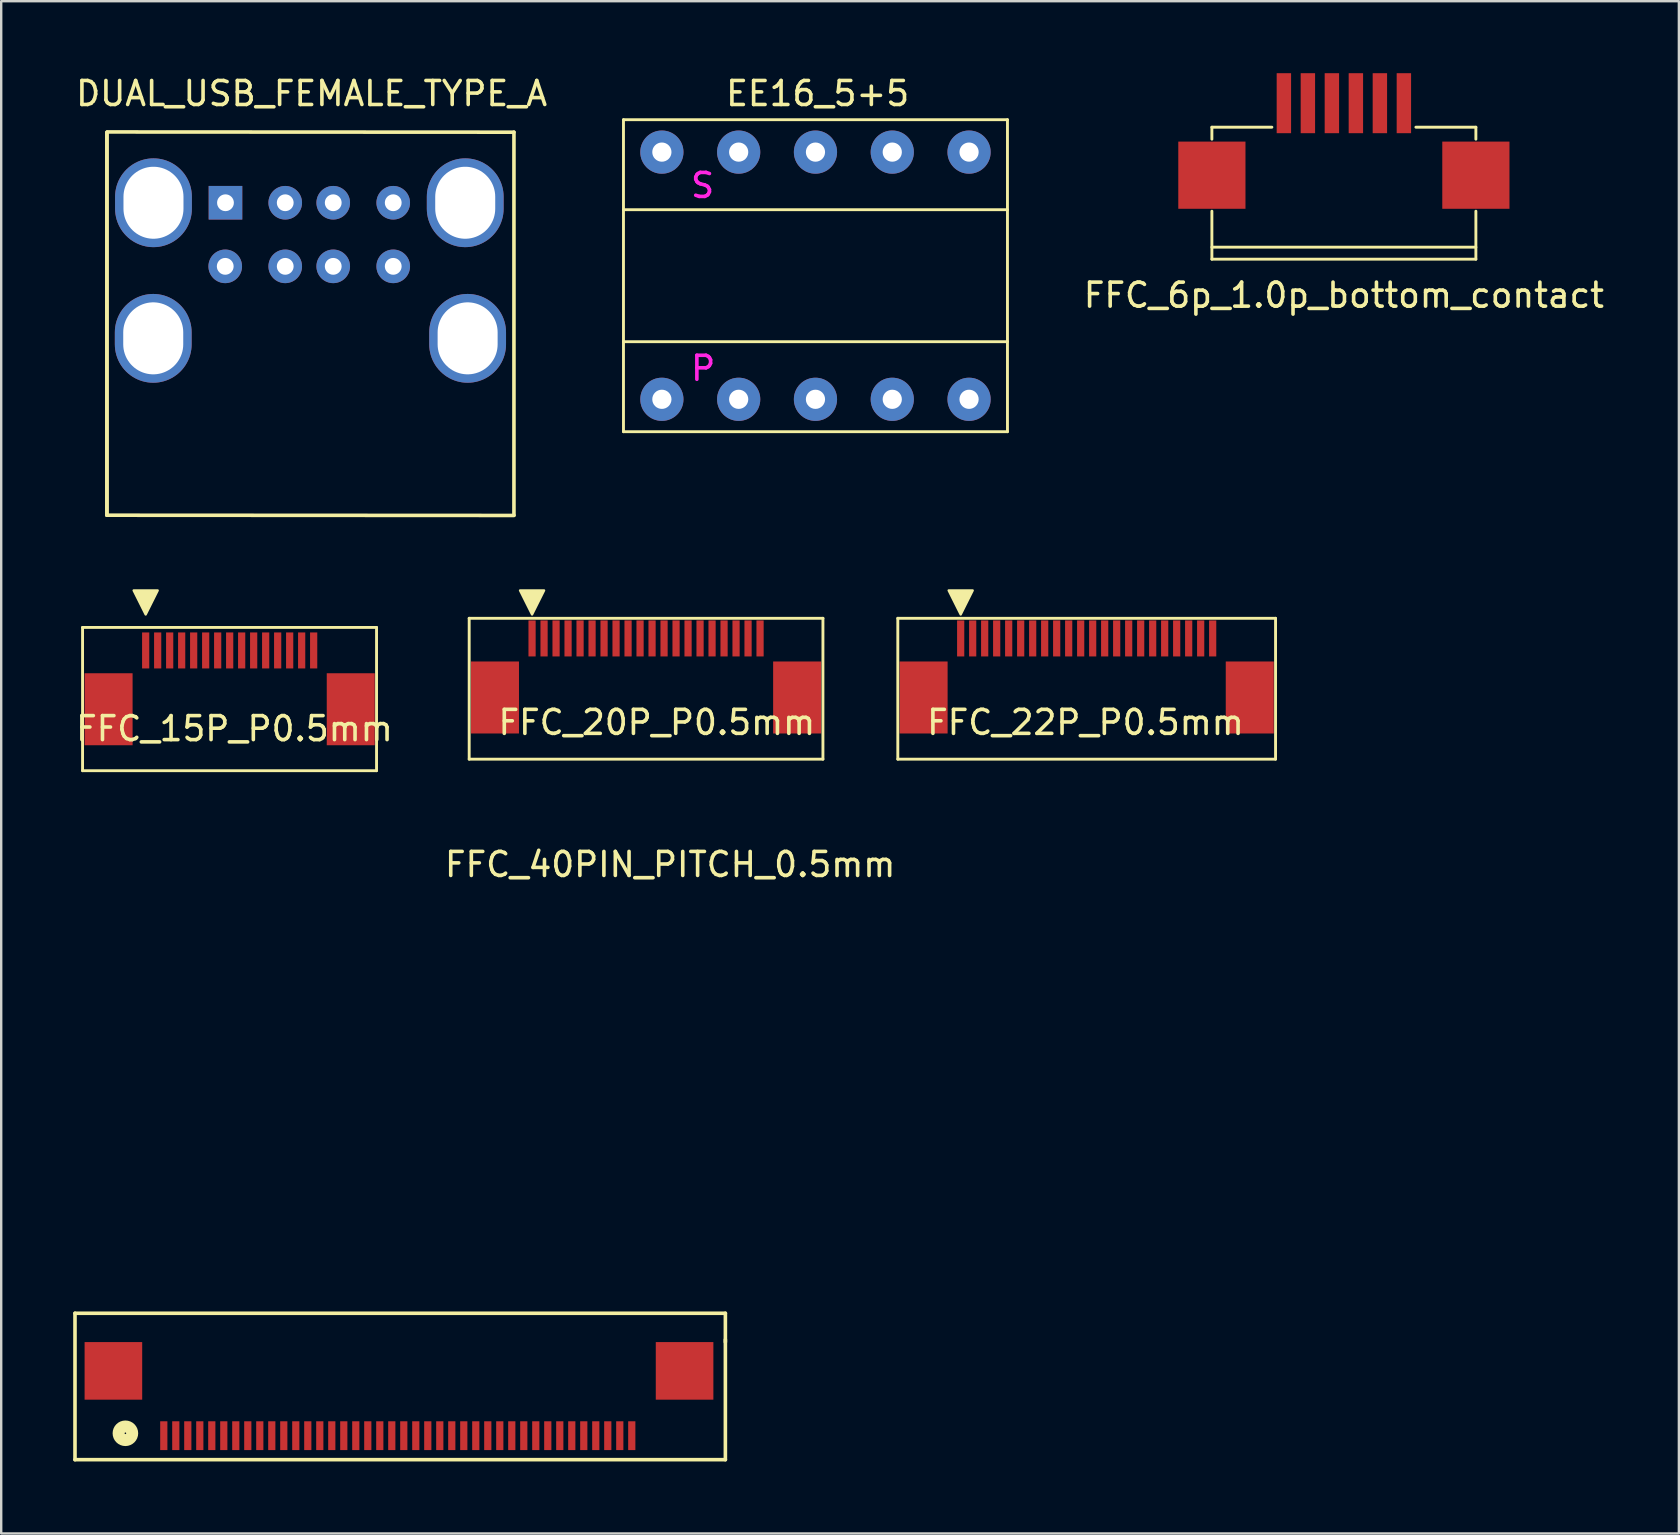
<source format=kicad_pcb>
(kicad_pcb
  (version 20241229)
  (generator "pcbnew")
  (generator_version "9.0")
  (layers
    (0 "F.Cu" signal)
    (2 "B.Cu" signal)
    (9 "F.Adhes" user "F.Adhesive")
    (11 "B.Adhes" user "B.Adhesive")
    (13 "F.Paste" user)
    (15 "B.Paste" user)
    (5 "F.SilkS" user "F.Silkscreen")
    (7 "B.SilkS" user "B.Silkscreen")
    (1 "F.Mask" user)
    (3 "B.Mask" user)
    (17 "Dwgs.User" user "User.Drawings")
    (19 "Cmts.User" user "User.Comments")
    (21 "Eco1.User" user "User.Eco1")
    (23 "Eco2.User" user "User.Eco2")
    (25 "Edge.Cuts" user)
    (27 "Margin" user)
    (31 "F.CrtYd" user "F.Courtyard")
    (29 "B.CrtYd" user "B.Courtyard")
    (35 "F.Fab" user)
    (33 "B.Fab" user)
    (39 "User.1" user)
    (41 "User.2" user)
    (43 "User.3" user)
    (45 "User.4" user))
  (footprint "DUAL_USB_FEMALE_TYPE_A"
    (layer "F.Cu")
    (at 9.835 9.648)
    (property "Reference" "DUAL_USB_FEMALE_TYPE_A" (at 0.1 -8.8 0) (layer "F.SilkS") (effects (font (size 1 1) (thickness 0.15))))
    (attr through_hole)
    (fp_line (start -8.43 8.77) (end -8.43 -7.18) (stroke (width 0.15) (type solid)) (layer "F.SilkS"))
    (fp_line (start -8.43 8.77) (end -8.43 -7.18) (stroke (width 0.15) (type solid)) (layer "F.SilkS"))
    (fp_line (start -8.42 -7.2) (end 8.53 -7.19) (stroke (width 0.15) (type solid)) (layer "F.SilkS"))
    (fp_line (start 8.53 -7.19) (end 8.53 8.77) (stroke (width 0.15) (type solid)) (layer "F.SilkS"))
    (fp_line (start 8.53 8.78) (end -8.43 8.77) (stroke (width 0.15) (type solid)) (layer "F.SilkS"))
    (pad "1" thru_hole rect (at -3.49 -4.25) (size 1.4 1.4) (drill 0.7) (layers "*.Cu" "*.Mask"))
    (pad "2" thru_hole circle (at -1 -4.25) (size 1.4 1.4) (drill 0.7) (layers "*.Cu" "*.Mask"))
    (pad "3" thru_hole circle (at 1 -4.25) (size 1.4 1.4) (drill 0.7) (layers "*.Cu" "*.Mask"))
    (pad "4" thru_hole circle (at 3.5 -4.25) (size 1.4 1.4) (drill 0.7) (layers "*.Cu" "*.Mask"))
    (pad "5" thru_hole circle (at -3.5 -1.6) (size 1.4 1.4) (drill 0.7) (layers "*.Cu" "*.Mask"))
    (pad "6" thru_hole circle (at -1 -1.6) (size 1.4 1.4) (drill 0.7) (layers "*.Cu" "*.Mask"))
    (pad "7" thru_hole circle (at 1 -1.6) (size 1.4 1.4) (drill 0.7) (layers "*.Cu" "*.Mask"))
    (pad "8" thru_hole circle (at 3.5 -1.6) (size 1.4 1.4) (drill 0.7) (layers "*.Cu" "*.Mask"))
    (pad "9" thru_hole oval (at 6.5 -4.25) (size 3.2 3.7) (drill oval 2.5 3) (layers "*.Cu" "*.Mask"))
    (pad "10" thru_hole oval (at -6.49 -4.25) (size 3.2 3.7) (drill oval 2.5 3) (layers "*.Cu" "*.Mask"))
    (pad "11" thru_hole oval (at 6.6 1.4) (size 3.2 3.7) (drill oval 2.5 3) (layers "*.Cu" "*.Mask"))
    (pad "12" thru_hole oval (at -6.5 1.4) (size 3.2 3.7) (drill oval 2.5 3) (layers "*.Cu" "*.Mask")))
  (footprint "FFC_22P_P0.5mm"
    (layer "F.Cu")
    (at 41.95 26.973)
    (property "Reference" "FFC_22P_P0.5mm" (at 0.23 0.08 0) (layer "F.SilkS") (effects (font (size 1 1) (thickness 0.15))))
    (attr through_hole)
    (fp_line (start -7.59 -4.26) (end -7.59 1.61) (stroke (width 0.12) (type solid)) (layer "F.SilkS"))
    (fp_line (start -7.59 -4.26) (end 8.15 -4.26) (stroke (width 0.12) (type solid)) (layer "F.SilkS"))
    (fp_line (start -7.59 1.61) (end 8.15 1.61) (stroke (width 0.12) (type solid)) (layer "F.SilkS"))
    (fp_line (start 8.15 -4.26) (end 8.15 1.61) (stroke (width 0.12) (type solid)) (layer "F.SilkS"))
    (fp_poly (pts (xy -4.97 -4.42) (xy -5.47 -5.42) (xy -4.47 -5.42)) (stroke (width 0.1) (type solid)) (fill yes) (layer "F.SilkS"))
    (pad "1" smd rect (at -4.97 -3.42) (size 0.3 1.5) (layers "F.Cu" "F.Mask" "F.Paste"))
    (pad "2" smd rect (at -4.47 -3.42) (size 0.3 1.5) (layers "F.Cu" "F.Mask" "F.Paste"))
    (pad "3" smd rect (at -3.97 -3.42) (size 0.3 1.5) (layers "F.Cu" "F.Mask" "F.Paste"))
    (pad "4" smd rect (at -3.47 -3.42) (size 0.3 1.5) (layers "F.Cu" "F.Mask" "F.Paste"))
    (pad "5" smd rect (at -2.97 -3.42) (size 0.3 1.5) (layers "F.Cu" "F.Mask" "F.Paste"))
    (pad "6" smd rect (at -2.47 -3.42) (size 0.3 1.5) (layers "F.Cu" "F.Mask" "F.Paste"))
    (pad "7" smd rect (at -1.97 -3.42) (size 0.3 1.5) (layers "F.Cu" "F.Mask" "F.Paste"))
    (pad "8" smd rect (at -1.47 -3.42) (size 0.3 1.5) (layers "F.Cu" "F.Mask" "F.Paste"))
    (pad "9" smd rect (at -0.97 -3.42) (size 0.3 1.5) (layers "F.Cu" "F.Mask" "F.Paste"))
    (pad "10" smd rect (at -0.47 -3.42) (size 0.3 1.5) (layers "F.Cu" "F.Mask" "F.Paste"))
    (pad "11" smd rect (at 0.03 -3.42) (size 0.3 1.5) (layers "F.Cu" "F.Mask" "F.Paste"))
    (pad "12" smd rect (at 0.53 -3.42) (size 0.3 1.5) (layers "F.Cu" "F.Mask" "F.Paste"))
    (pad "13" smd rect (at 1.03 -3.42) (size 0.3 1.5) (layers "F.Cu" "F.Mask" "F.Paste"))
    (pad "14" smd rect (at 1.53 -3.42) (size 0.3 1.5) (layers "F.Cu" "F.Mask" "F.Paste"))
    (pad "15" smd rect (at 2.03 -3.42) (size 0.3 1.5) (layers "F.Cu" "F.Mask" "F.Paste"))
    (pad "16" smd rect (at 2.53 -3.42) (size 0.3 1.5) (layers "F.Cu" "F.Mask" "F.Paste"))
    (pad "17" smd rect (at 3.03 -3.42) (size 0.3 1.5) (layers "F.Cu" "F.Mask" "F.Paste"))
    (pad "18" smd rect (at 3.53 -3.42) (size 0.3 1.5) (layers "F.Cu" "F.Mask" "F.Paste"))
    (pad "19" smd rect (at 4.03 -3.42) (size 0.3 1.5) (layers "F.Cu" "F.Mask" "F.Paste"))
    (pad "20" smd rect (at 4.53 -3.42) (size 0.3 1.5) (layers "F.Cu" "F.Mask" "F.Paste"))
    (pad "21" smd rect (at 5.03 -3.42) (size 0.3 1.5) (layers "F.Cu" "F.Mask" "F.Paste"))
    (pad "22" smd rect (at 5.53 -3.42) (size 0.3 1.5) (layers "F.Cu" "F.Mask" "F.Paste"))
    (pad "SH" smd rect (at -6.515 -0.96) (size 2 3) (layers "F.Cu" "F.Mask" "F.Paste"))
    (pad "SH" smd rect (at 7.075 -0.96) (size 2 3) (layers "F.Cu" "F.Mask" "F.Paste")))
  (footprint "FFC_40PIN_PITCH_0.5mm"
    (layer "F.Cu")
    (at 1.775 51.772)
    (property "Reference" "FFC_40PIN_PITCH_0.5mm" (at 23.1 -18.8 0) (layer "F.SilkS") (effects (font (size 1 1) (thickness 0.15))))
    (attr through_hole)
    (fp_line (start -1.7 -0.1) (end 25.4 -0.1) (stroke (width 0.15) (type solid)) (layer "F.SilkS"))
    (fp_line (start -1.7 6) (end -1.7 -0.1) (stroke (width 0.15) (type solid)) (layer "F.SilkS"))
    (fp_line (start 25.4 -0.1) (end 25.4 1.1) (stroke (width 0.15) (type solid)) (layer "F.SilkS"))
    (fp_line (start 25.4 1) (end 25.4 6) (stroke (width 0.15) (type solid)) (layer "F.SilkS"))
    (fp_line (start 25.4 6) (end -1.7 6) (stroke (width 0.15) (type solid)) (layer "F.SilkS"))
    (fp_circle (center 0.4 4.9) (end 0.6 5.1) (stroke (width 0.5) (type solid)) (fill no) (layer "F.SilkS"))
    (pad "" smd rect (at -0.1 2.3) (size 2.4 2.4) (layers "F.Cu" "F.Mask" "F.Paste"))
    (pad "" smd rect (at 23.7 2.3) (size 2.4 2.4) (layers "F.Cu" "F.Mask" "F.Paste"))
    (pad "1" smd rect (at 2 5) (size 0.3 1.2) (layers "F.Cu" "F.Mask" "F.Paste"))
    (pad "2" smd rect (at 2.5 5) (size 0.3 1.2) (layers "F.Cu" "F.Mask" "F.Paste"))
    (pad "3" smd rect (at 3 5) (size 0.3 1.2) (layers "F.Cu" "F.Mask" "F.Paste"))
    (pad "4" smd rect (at 3.5 5) (size 0.3 1.2) (layers "F.Cu" "F.Mask" "F.Paste"))
    (pad "5" smd rect (at 4 5) (size 0.3 1.2) (layers "F.Cu" "F.Mask" "F.Paste"))
    (pad "6" smd rect (at 4.5 5) (size 0.3 1.2) (layers "F.Cu" "F.Mask" "F.Paste"))
    (pad "7" smd rect (at 5 5) (size 0.3 1.2) (layers "F.Cu" "F.Mask" "F.Paste"))
    (pad "8" smd rect (at 5.5 5) (size 0.3 1.2) (layers "F.Cu" "F.Mask" "F.Paste"))
    (pad "9" smd rect (at 6 5) (size 0.3 1.2) (layers "F.Cu" "F.Mask" "F.Paste"))
    (pad "10" smd rect (at 6.5 5) (size 0.3 1.2) (layers "F.Cu" "F.Mask" "F.Paste"))
    (pad "11" smd rect (at 7 5) (size 0.3 1.2) (layers "F.Cu" "F.Mask" "F.Paste"))
    (pad "12" smd rect (at 7.5 5) (size 0.3 1.2) (layers "F.Cu" "F.Mask" "F.Paste"))
    (pad "13" smd rect (at 8 5) (size 0.3 1.2) (layers "F.Cu" "F.Mask" "F.Paste"))
    (pad "14" smd rect (at 8.5 5) (size 0.3 1.2) (layers "F.Cu" "F.Mask" "F.Paste"))
    (pad "15" smd rect (at 9 5) (size 0.3 1.2) (layers "F.Cu" "F.Mask" "F.Paste"))
    (pad "16" smd rect (at 9.5 5) (size 0.3 1.2) (layers "F.Cu" "F.Mask" "F.Paste"))
    (pad "17" smd rect (at 10 5) (size 0.3 1.2) (layers "F.Cu" "F.Mask" "F.Paste"))
    (pad "18" smd rect (at 10.5 5) (size 0.3 1.2) (layers "F.Cu" "F.Mask" "F.Paste"))
    (pad "19" smd rect (at 11 5) (size 0.3 1.2) (layers "F.Cu" "F.Mask" "F.Paste"))
    (pad "20" smd rect (at 11.5 5) (size 0.3 1.2) (layers "F.Cu" "F.Mask" "F.Paste"))
    (pad "21" smd rect (at 12 5) (size 0.3 1.2) (layers "F.Cu" "F.Mask" "F.Paste"))
    (pad "22" smd rect (at 12.5 5) (size 0.3 1.2) (layers "F.Cu" "F.Mask" "F.Paste"))
    (pad "23" smd rect (at 13 5) (size 0.3 1.2) (layers "F.Cu" "F.Mask" "F.Paste"))
    (pad "24" smd rect (at 13.5 5) (size 0.3 1.2) (layers "F.Cu" "F.Mask" "F.Paste"))
    (pad "25" smd rect (at 14 5) (size 0.3 1.2) (layers "F.Cu" "F.Mask" "F.Paste"))
    (pad "26" smd rect (at 14.5 5) (size 0.3 1.2) (layers "F.Cu" "F.Mask" "F.Paste"))
    (pad "27" smd rect (at 15 5) (size 0.3 1.2) (layers "F.Cu" "F.Mask" "F.Paste"))
    (pad "28" smd rect (at 15.5 5) (size 0.3 1.2) (layers "F.Cu" "F.Mask" "F.Paste"))
    (pad "29" smd rect (at 16 5) (size 0.3 1.2) (layers "F.Cu" "F.Mask" "F.Paste"))
    (pad "30" smd rect (at 16.5 5) (size 0.3 1.2) (layers "F.Cu" "F.Mask" "F.Paste"))
    (pad "31" smd rect (at 17 5) (size 0.3 1.2) (layers "F.Cu" "F.Mask" "F.Paste"))
    (pad "32" smd rect (at 17.5 5) (size 0.3 1.2) (layers "F.Cu" "F.Mask" "F.Paste"))
    (pad "33" smd rect (at 18 5) (size 0.3 1.2) (layers "F.Cu" "F.Mask" "F.Paste"))
    (pad "34" smd rect (at 18.5 5) (size 0.3 1.2) (layers "F.Cu" "F.Mask" "F.Paste"))
    (pad "35" smd rect (at 19 5) (size 0.3 1.2) (layers "F.Cu" "F.Mask" "F.Paste"))
    (pad "36" smd rect (at 19.5 5) (size 0.3 1.2) (layers "F.Cu" "F.Mask" "F.Paste"))
    (pad "37" smd rect (at 20 5) (size 0.3 1.2) (layers "F.Cu" "F.Mask" "F.Paste"))
    (pad "38" smd rect (at 20.5 5) (size 0.3 1.2) (layers "F.Cu" "F.Mask" "F.Paste"))
    (pad "39" smd rect (at 21 5) (size 0.3 1.2) (layers "F.Cu" "F.Mask" "F.Paste"))
    (pad "40" smd rect (at 21.5 5) (size 0.3 1.2) (layers "F.Cu" "F.Mask" "F.Paste")))
  (footprint "FFC_15P_P0.5mm"
    (layer "F.Cu")
    (at 6.62 26.803)
    (property "Reference" "FFC_15P_P0.5mm" (at 0.1 0.51 0) (layer "F.SilkS") (effects (font (size 1 1) (thickness 0.15))))
    (attr through_hole)
    (fp_line (start -6.23 -3.71) (end -6.23 2.26) (stroke (width 0.12) (type solid)) (layer "F.SilkS"))
    (fp_line (start 6.02 -3.71) (end -6.23 -3.71) (stroke (width 0.12) (type solid)) (layer "F.SilkS"))
    (fp_line (start 6.02 -3.71) (end 6.02 2.26) (stroke (width 0.12) (type solid)) (layer "F.SilkS"))
    (fp_line (start 6.02 2.26) (end -6.23 2.26) (stroke (width 0.12) (type solid)) (layer "F.SilkS"))
    (fp_poly (pts (xy -3.6 -4.25) (xy -4.1 -5.25) (xy -3.1 -5.25)) (stroke (width 0.1) (type solid)) (fill yes) (layer "F.SilkS"))
    (pad "1" smd rect (at -3.6 -2.75) (size 0.3 1.5) (layers "F.Cu" "F.Mask" "F.Paste"))
    (pad "2" smd rect (at -3.1 -2.75) (size 0.3 1.5) (layers "F.Cu" "F.Mask" "F.Paste"))
    (pad "3" smd rect (at -2.6 -2.75) (size 0.3 1.5) (layers "F.Cu" "F.Mask" "F.Paste"))
    (pad "4" smd rect (at -2.1 -2.75) (size 0.3 1.5) (layers "F.Cu" "F.Mask" "F.Paste"))
    (pad "5" smd rect (at -1.6 -2.75) (size 0.3 1.5) (layers "F.Cu" "F.Mask" "F.Paste"))
    (pad "6" smd rect (at -1.1 -2.75) (size 0.3 1.5) (layers "F.Cu" "F.Mask" "F.Paste"))
    (pad "7" smd rect (at -0.6 -2.75) (size 0.3 1.5) (layers "F.Cu" "F.Mask" "F.Paste"))
    (pad "8" smd rect (at -0.1 -2.75) (size 0.3 1.5) (layers "F.Cu" "F.Mask" "F.Paste"))
    (pad "9" smd rect (at 0.4 -2.75) (size 0.3 1.5) (layers "F.Cu" "F.Mask" "F.Paste"))
    (pad "10" smd rect (at 0.9 -2.75) (size 0.3 1.5) (layers "F.Cu" "F.Mask" "F.Paste"))
    (pad "11" smd rect (at 1.4 -2.75) (size 0.3 1.5) (layers "F.Cu" "F.Mask" "F.Paste"))
    (pad "12" smd rect (at 1.9 -2.75) (size 0.3 1.5) (layers "F.Cu" "F.Mask" "F.Paste"))
    (pad "13" smd rect (at 2.4 -2.75) (size 0.3 1.5) (layers "F.Cu" "F.Mask" "F.Paste"))
    (pad "14" smd rect (at 2.9 -2.75) (size 0.3 1.5) (layers "F.Cu" "F.Mask" "F.Paste"))
    (pad "15" smd rect (at 3.4 -2.75) (size 0.3 1.5) (layers "F.Cu" "F.Mask" "F.Paste"))
    (pad "SH" smd rect (at -5.145 -0.3) (size 2 3) (layers "F.Cu" "F.Mask" "F.Paste"))
    (pad "SH" smd rect (at 4.945 -0.3) (size 2 3) (layers "F.Cu" "F.Mask" "F.Paste")))
  (footprint "FFC_6p_1.0p_bottom_contact"
    (layer "F.Cu")
    (at 52.947 4.25)
    (property "Reference" "FFC_6p_1.0p_bottom_contact" (at 0 5 0) (layer "F.SilkS") (effects (font (size 1 1) (thickness 0.15))))
    (attr through_hole)
    (fp_line (start -5.5 -1.5) (end -5.5 -2) (stroke (width 0.12) (type solid)) (layer "F.SilkS"))
    (fp_line (start -5.5 1.5) (end -5.5 3.5) (stroke (width 0.12) (type solid)) (layer "F.SilkS"))
    (fp_line (start -5.5 3) (end 5.5 3) (stroke (width 0.12) (type solid)) (layer "F.SilkS"))
    (fp_line (start -5.5 3.5) (end 5.5 3.5) (stroke (width 0.12) (type solid)) (layer "F.SilkS"))
    (fp_line (start -3 -2) (end -5.5 -2) (stroke (width 0.12) (type solid)) (layer "F.SilkS"))
    (fp_line (start 3 -2) (end 5.5 -2) (stroke (width 0.12) (type solid)) (layer "F.SilkS"))
    (fp_line (start 5.5 -1.5) (end 5.5 -2) (stroke (width 0.12) (type solid)) (layer "F.SilkS"))
    (fp_line (start 5.5 1.5) (end 5.5 3.5) (stroke (width 0.12) (type solid)) (layer "F.SilkS"))
    (pad "" smd rect (at -5.5 0) (size 2.8 2.8) (layers "F.Cu" "F.Mask" "F.Paste"))
    (pad "" smd rect (at 5.5 0) (size 2.8 2.8) (layers "F.Cu" "F.Mask" "F.Paste"))
    (pad "1" smd rect (at 2.5 -3) (size 0.6 2.5) (layers "F.Cu" "F.Mask" "F.Paste"))
    (pad "2" smd rect (at 1.5 -3) (size 0.6 2.5) (layers "F.Cu" "F.Mask" "F.Paste"))
    (pad "3" smd rect (at 0.5 -3) (size 0.6 2.5) (layers "F.Cu" "F.Mask" "F.Paste"))
    (pad "4" smd rect (at -0.5 -3) (size 0.6 2.5) (layers "F.Cu" "F.Mask" "F.Paste"))
    (pad "5" smd rect (at -1.5 -3) (size 0.6 2.5) (layers "F.Cu" "F.Mask" "F.Paste"))
    (pad "6" smd rect (at -2.5 -3) (size 0.6 2.5) (layers "F.Cu" "F.Mask" "F.Paste")))
  (footprint "EE16_5+5"
    (layer "F.Cu")
    (at 30.919 8.138)
    (property "Reference" "EE16_5+5" (at 0.1 -7.29 0) (layer "F.SilkS") (effects (font (size 1 1) (thickness 0.15))))
    (attr through_hole)
    (fp_line (start -7.99 -6.2) (end -7.99 6.8) (stroke (width 0.12) (type solid)) (layer "F.SilkS"))
    (fp_line (start -7.99 -6.2) (end 8.01 -6.2) (stroke (width 0.12) (type solid)) (layer "F.SilkS"))
    (fp_line (start 8.01 -6.2) (end 8.01 6.8) (stroke (width 0.12) (type solid)) (layer "F.SilkS"))
    (fp_line (start 8.01 -2.45) (end -7.99 -2.45) (stroke (width 0.12) (type solid)) (layer "F.SilkS"))
    (fp_line (start 8.01 3.05) (end -7.99 3.05) (stroke (width 0.12) (type solid)) (layer "F.SilkS"))
    (fp_line (start 8.01 6.8) (end -7.99 6.8) (stroke (width 0.12) (type solid)) (layer "F.SilkS"))
    (fp_text user "P" (at -4.67 4.16 0) (layer "F.CrtYd") (effects (font (size 1 1) (thickness 0.15))))
    (fp_text user "S" (at -4.694 -3.46 0) (layer "F.CrtYd") (effects (font (size 1 1) (thickness 0.15))))
    (pad "1" thru_hole circle (at -6.39 5.45) (size 1.8 1.8) (drill 0.8) (layers "*.Cu" "*.Mask"))
    (pad "2" thru_hole circle (at -3.19 5.45) (size 1.8 1.8) (drill 0.8) (layers "*.Cu" "*.Mask"))
    (pad "3" thru_hole circle (at 0.01 5.45) (size 1.8 1.8) (drill 0.8) (layers "*.Cu" "*.Mask"))
    (pad "4" thru_hole circle (at 3.21 5.45) (size 1.8 1.8) (drill 0.8) (layers "*.Cu" "*.Mask"))
    (pad "5" thru_hole circle (at 6.41 5.45) (size 1.8 1.8) (drill 0.8) (layers "*.Cu" "*.Mask"))
    (pad "6" thru_hole circle (at 6.41 -4.85) (size 1.8 1.8) (drill 0.8) (layers "*.Cu" "*.Mask"))
    (pad "7" thru_hole circle (at 3.21 -4.85) (size 1.8 1.8) (drill 0.8) (layers "*.Cu" "*.Mask"))
    (pad "8" thru_hole circle (at 0.01 -4.85) (size 1.8 1.8) (drill 0.8) (layers "*.Cu" "*.Mask"))
    (pad "9" thru_hole circle (at -3.19 -4.85) (size 1.8 1.8) (drill 0.8) (layers "*.Cu" "*.Mask"))
    (pad "10" thru_hole circle (at -6.39 -4.85) (size 1.8 1.8) (drill 0.8) (layers "*.Cu" "*.Mask")))
  (footprint "FFC_20P_P0.5mm"
    (layer "F.Cu")
    (at 24.48 26.443)
    (property "Reference" "FFC_20P_P0.5mm" (at -0.16 0.61 0) (layer "F.SilkS") (effects (font (size 1 1) (thickness 0.15))))
    (attr through_hole)
    (fp_line (start -7.98 -3.73) (end -7.98 2.14) (stroke (width 0.12) (type solid)) (layer "F.SilkS"))
    (fp_line (start -7.98 -3.73) (end 6.76 -3.73) (stroke (width 0.12) (type solid)) (layer "F.SilkS"))
    (fp_line (start -7.98 2.14) (end 6.76 2.14) (stroke (width 0.12) (type solid)) (layer "F.SilkS"))
    (fp_line (start 6.76 -3.73) (end 6.76 2.14) (stroke (width 0.12) (type solid)) (layer "F.SilkS"))
    (fp_poly (pts (xy -5.36 -3.89) (xy -5.86 -4.89) (xy -4.86 -4.89)) (stroke (width 0.1) (type solid)) (fill yes) (layer "F.SilkS"))
    (pad "1" smd rect (at -5.36 -2.89) (size 0.3 1.5) (layers "F.Cu" "F.Mask" "F.Paste"))
    (pad "2" smd rect (at -4.86 -2.89) (size 0.3 1.5) (layers "F.Cu" "F.Mask" "F.Paste"))
    (pad "3" smd rect (at -4.36 -2.89) (size 0.3 1.5) (layers "F.Cu" "F.Mask" "F.Paste"))
    (pad "4" smd rect (at -3.86 -2.89) (size 0.3 1.5) (layers "F.Cu" "F.Mask" "F.Paste"))
    (pad "5" smd rect (at -3.36 -2.89) (size 0.3 1.5) (layers "F.Cu" "F.Mask" "F.Paste"))
    (pad "6" smd rect (at -2.86 -2.89) (size 0.3 1.5) (layers "F.Cu" "F.Mask" "F.Paste"))
    (pad "7" smd rect (at -2.36 -2.89) (size 0.3 1.5) (layers "F.Cu" "F.Mask" "F.Paste"))
    (pad "8" smd rect (at -1.86 -2.89) (size 0.3 1.5) (layers "F.Cu" "F.Mask" "F.Paste"))
    (pad "9" smd rect (at -1.36 -2.89) (size 0.3 1.5) (layers "F.Cu" "F.Mask" "F.Paste"))
    (pad "10" smd rect (at -0.86 -2.89) (size 0.3 1.5) (layers "F.Cu" "F.Mask" "F.Paste"))
    (pad "11" smd rect (at -0.36 -2.89) (size 0.3 1.5) (layers "F.Cu" "F.Mask" "F.Paste"))
    (pad "12" smd rect (at 0.14 -2.89) (size 0.3 1.5) (layers "F.Cu" "F.Mask" "F.Paste"))
    (pad "13" smd rect (at 0.64 -2.89) (size 0.3 1.5) (layers "F.Cu" "F.Mask" "F.Paste"))
    (pad "14" smd rect (at 1.14 -2.89) (size 0.3 1.5) (layers "F.Cu" "F.Mask" "F.Paste"))
    (pad "15" smd rect (at 1.64 -2.89) (size 0.3 1.5) (layers "F.Cu" "F.Mask" "F.Paste"))
    (pad "16" smd rect (at 2.14 -2.89) (size 0.3 1.5) (layers "F.Cu" "F.Mask" "F.Paste"))
    (pad "17" smd rect (at 2.64 -2.89) (size 0.3 1.5) (layers "F.Cu" "F.Mask" "F.Paste"))
    (pad "18" smd rect (at 3.14 -2.89) (size 0.3 1.5) (layers "F.Cu" "F.Mask" "F.Paste"))
    (pad "19" smd rect (at 3.64 -2.89) (size 0.3 1.5) (layers "F.Cu" "F.Mask" "F.Paste"))
    (pad "20" smd rect (at 4.14 -2.89) (size 0.3 1.5) (layers "F.Cu" "F.Mask" "F.Paste"))
    (pad "SH" smd rect (at -6.905 -0.43) (size 2 3) (layers "F.Cu" "F.Mask" "F.Paste"))
    (pad "SH" smd rect (at 5.685 -0.43) (size 2 3) (layers "F.Cu" "F.Mask" "F.Paste")))
  (gr_rect
    (start -3 -3)
    (end 66.906 60.846)
    (stroke (width 0.1) (type default))
    (fill no)
    (layer "Edge.Cuts")))
</source>
